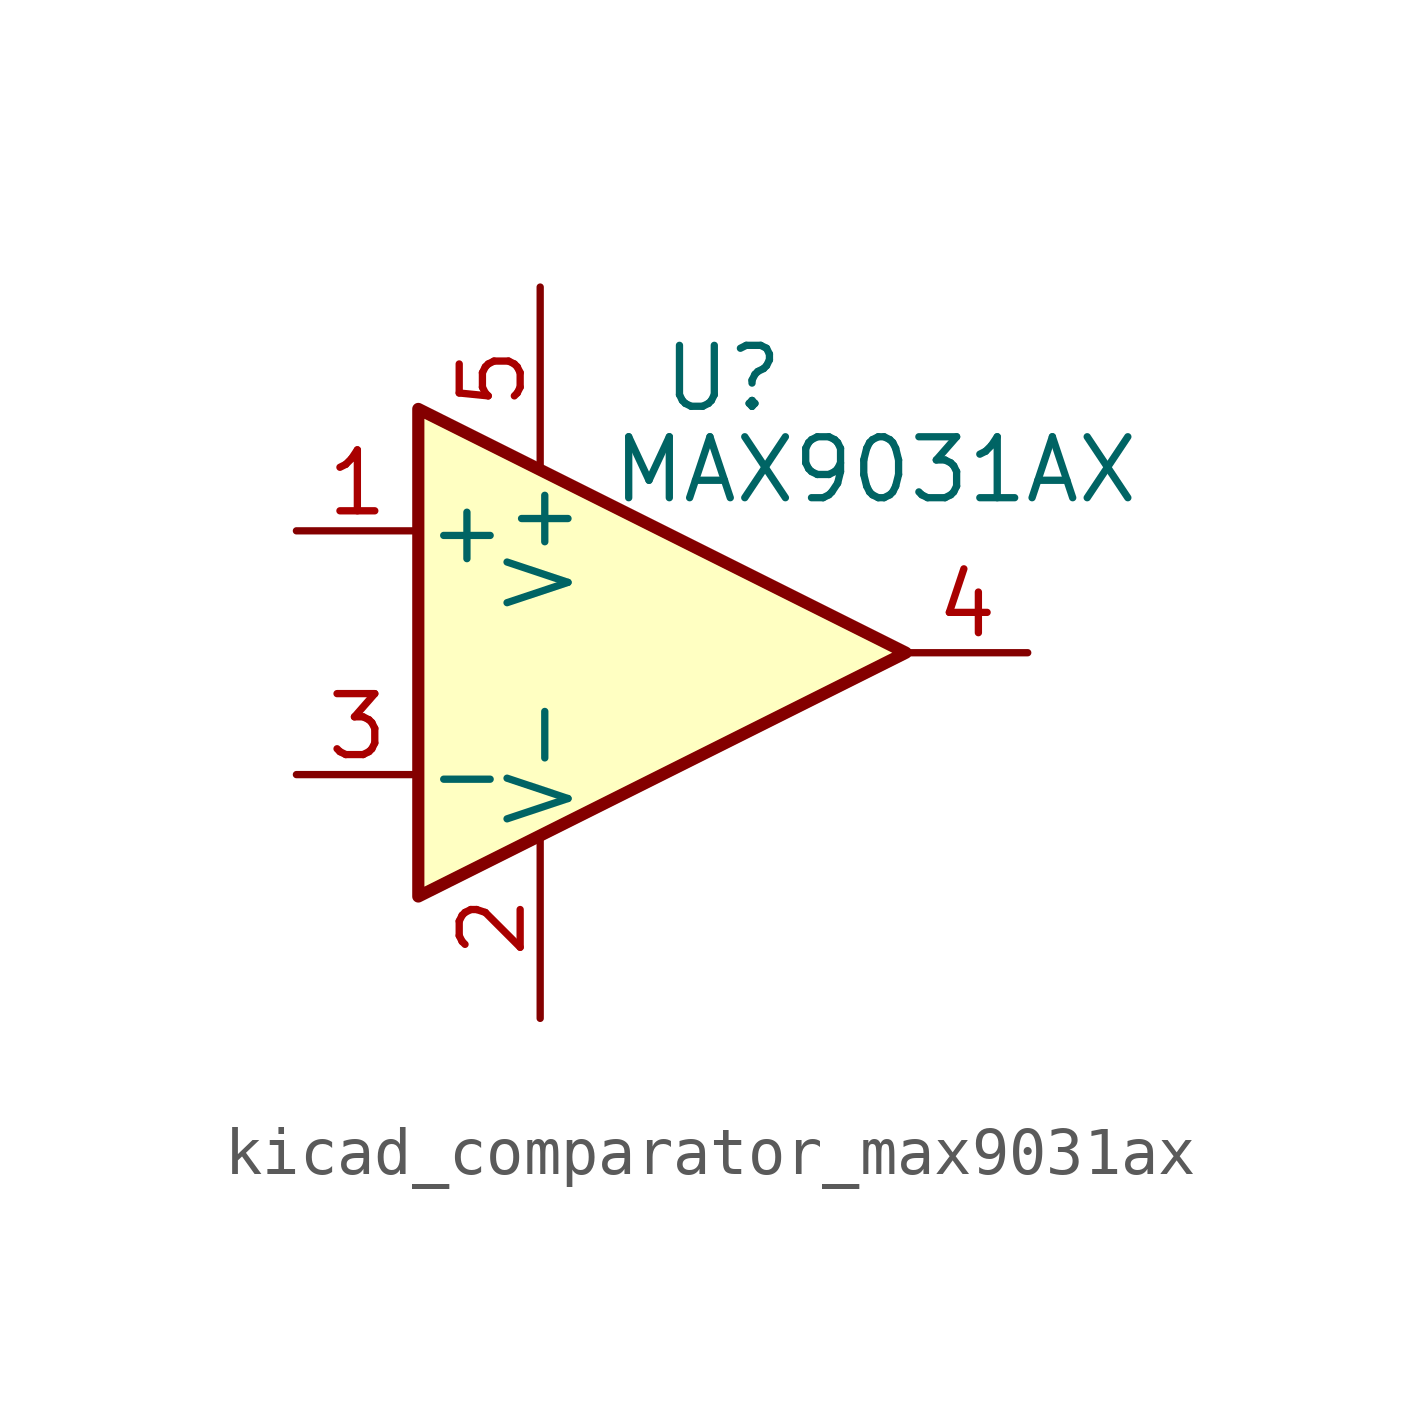
<source format=kicad_sym>
(kicad_symbol_lib
  (version 20220914)
  (generator kicad_symbol_editor)
  (symbol "kicad_comparator_max9031ax"
    (pin_names
      (offset 0.127))
    (property "Reference" "U"
      (at 1.27 5.715 0)
      (effects (font (size 1.27 1.27))))
    (property "Value" "MAX9031AX"
      (at 4.445 3.81 0)
      (effects (font (size 1.27 1.27))))
    (symbol "kicad_comparator_max9031ax_0_1"
      (polyline (pts (xy -5.08 5.08) (xy 5.08 0) (xy -5.08 -5.08) (xy -5.08 5.08)) (stroke (width 0.254) (type default)) (fill (type background))))
    (symbol "kicad_comparator_max9031ax_1_1"
      (pin input line (at -7.62 2.54 0) (length 2.54) (name "+" (effects (font (size 1.27 1.27)))) (number "1" (effects (font (size 1.27 1.27)))))
      (pin power_in line (at -2.54 -7.62 90) (length 3.81) (name "V-" (effects (font (size 1.27 1.27)))) (number "2" (effects (font (size 1.27 1.27)))))
      (pin input line (at -7.62 -2.54 0) (length 2.54) (name "-" (effects (font (size 1.27 1.27)))) (number "3" (effects (font (size 1.27 1.27)))))
      (pin output line (at 7.62 0 180) (length 2.54) (name "~" (effects (font (size 1.27 1.27)))) (number "4" (effects (font (size 1.27 1.27)))))
      (pin power_in line (at -2.54 7.62 270) (length 3.81) (name "V+" (effects (font (size 1.27 1.27)))) (number "5" (effects (font (size 1.27 1.27))))))))
</source>
